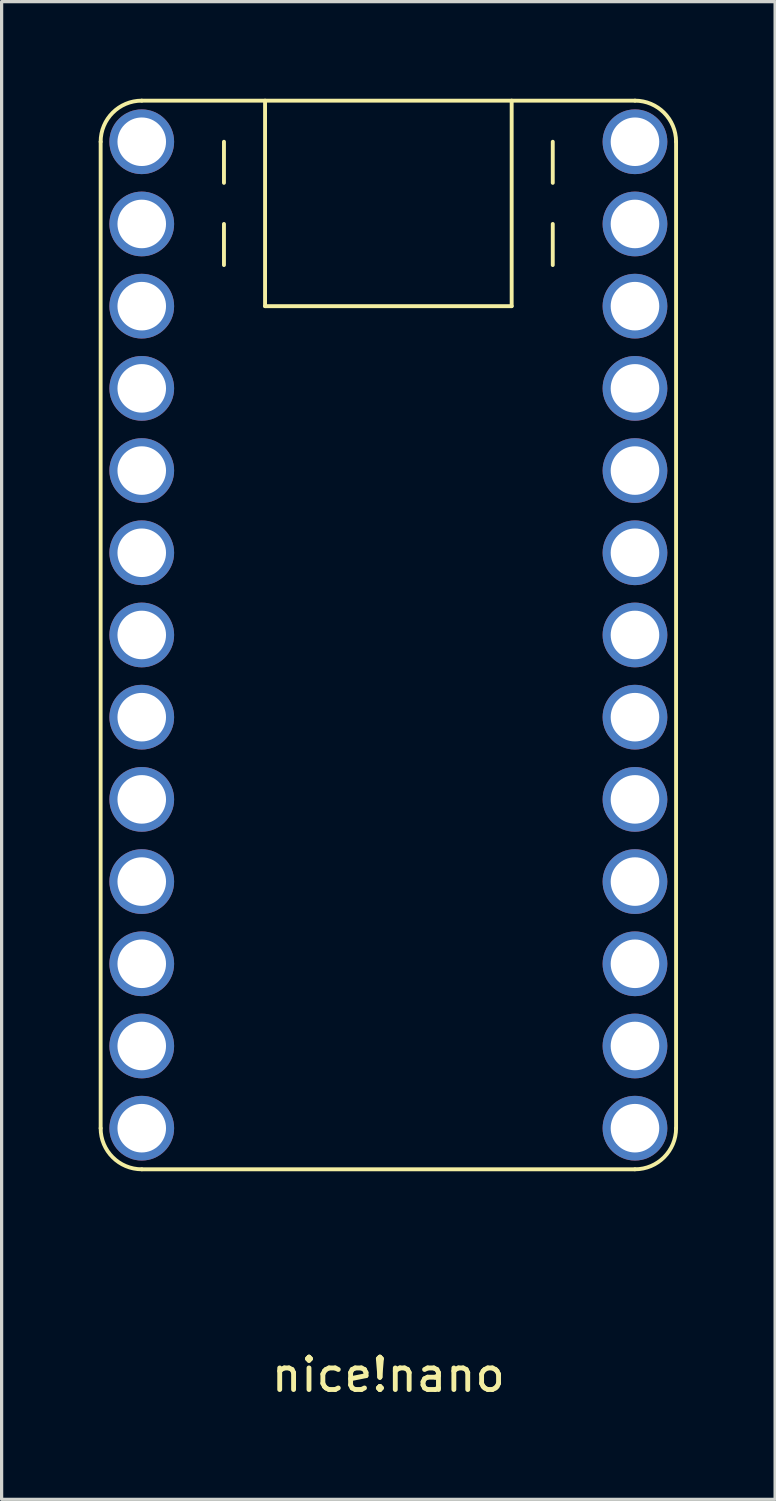
<source format=kicad_pcb>
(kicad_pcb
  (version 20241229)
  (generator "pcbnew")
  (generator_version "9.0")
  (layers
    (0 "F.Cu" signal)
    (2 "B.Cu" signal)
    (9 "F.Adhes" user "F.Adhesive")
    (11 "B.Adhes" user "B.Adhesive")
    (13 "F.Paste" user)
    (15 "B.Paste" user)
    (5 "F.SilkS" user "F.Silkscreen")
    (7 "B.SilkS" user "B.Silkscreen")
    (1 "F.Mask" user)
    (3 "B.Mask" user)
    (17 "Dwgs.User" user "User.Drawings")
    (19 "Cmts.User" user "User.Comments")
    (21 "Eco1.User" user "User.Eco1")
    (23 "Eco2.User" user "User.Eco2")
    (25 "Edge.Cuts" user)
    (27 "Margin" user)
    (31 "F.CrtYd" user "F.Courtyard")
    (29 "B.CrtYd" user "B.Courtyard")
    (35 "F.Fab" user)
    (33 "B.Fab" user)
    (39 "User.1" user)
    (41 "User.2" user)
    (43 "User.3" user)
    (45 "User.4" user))
  (footprint "nice!nano"
    (layer "F.Cu")
    (at 8.95 16.57)
    (property "Reference" "nice!nano" (at 0 22.86 0) (layer "F.SilkS") (effects (font (size 1 1) (thickness 0.15))))
    (attr through_hole)
    (fp_line (start -8.89 -15.24) (end -8.89 15.24) (stroke (width 0.12) (type solid)) (layer "F.SilkS"))
    (fp_line (start -7.62 16.51) (end 7.62 16.51) (stroke (width 0.12) (type solid)) (layer "F.SilkS"))
    (fp_line (start -5.08 -15.24) (end -5.08 -13.97) (stroke (width 0.12) (type solid)) (layer "F.SilkS"))
    (fp_line (start -5.08 -12.7) (end -5.08 -11.43) (stroke (width 0.12) (type solid)) (layer "F.SilkS"))
    (fp_line (start -3.81 -16.51) (end -3.81 -10.16) (stroke (width 0.12) (type solid)) (layer "F.SilkS"))
    (fp_line (start -3.81 -10.16) (end 3.81 -10.16) (stroke (width 0.12) (type solid)) (layer "F.SilkS"))
    (fp_line (start 3.81 -10.16) (end 3.81 -16.51) (stroke (width 0.12) (type solid)) (layer "F.SilkS"))
    (fp_line (start 5.08 -15.24) (end 5.08 -13.97) (stroke (width 0.12) (type solid)) (layer "F.SilkS"))
    (fp_line (start 5.08 -12.7) (end 5.08 -11.43) (stroke (width 0.12) (type solid)) (layer "F.SilkS"))
    (fp_line (start 7.62 -16.51) (end -7.62 -16.51) (stroke (width 0.12) (type solid)) (layer "F.SilkS"))
    (fp_line (start 8.89 15.24) (end 8.89 -15.24) (stroke (width 0.12) (type solid)) (layer "F.SilkS"))
    (fp_arc (start -8.89 -15.24) (mid -8.518026 -16.138026) (end -7.62 -16.51) (stroke (width 0.12) (type solid)) (layer "F.SilkS"))
    (fp_arc (start -7.62 16.51) (mid -8.518026 16.138026) (end -8.89 15.24) (stroke (width 0.12) (type solid)) (layer "F.SilkS"))
    (fp_arc (start 7.62 -16.51) (mid 8.518026 -16.138026) (end 8.89 -15.24) (stroke (width 0.12) (type solid)) (layer "F.SilkS"))
    (fp_arc (start 8.89 15.24) (mid 8.518026 16.138026) (end 7.62 16.51) (stroke (width 0.12) (type solid)) (layer "F.SilkS"))
    (pad "1" thru_hole circle (at -7.62 -15.24) (size 2 2) (drill 1.5) (layers "*.Cu" "*.Mask"))
    (pad "2" thru_hole circle (at -7.62 -12.7) (size 2 2) (drill 1.5) (layers "*.Cu" "*.Mask"))
    (pad "3" thru_hole circle (at -7.62 -10.16) (size 2 2) (drill 1.5) (layers "*.Cu" "*.Mask"))
    (pad "4" thru_hole circle (at -7.62 -7.62) (size 2 2) (drill 1.5) (layers "*.Cu" "*.Mask"))
    (pad "5" thru_hole circle (at -7.62 -5.08) (size 2 2) (drill 1.5) (layers "*.Cu" "*.Mask"))
    (pad "6" thru_hole circle (at -7.62 -2.54) (size 2 2) (drill 1.5) (layers "*.Cu" "*.Mask"))
    (pad "7" thru_hole circle (at -7.62 0) (size 2 2) (drill 1.5) (layers "*.Cu" "*.Mask"))
    (pad "8" thru_hole circle (at -7.62 2.54) (size 2 2) (drill 1.5) (layers "*.Cu" "*.Mask"))
    (pad "9" thru_hole circle (at -7.62 5.08) (size 2 2) (drill 1.5) (layers "*.Cu" "*.Mask"))
    (pad "10" thru_hole circle (at -7.62 7.62) (size 2 2) (drill 1.5) (layers "*.Cu" "*.Mask"))
    (pad "11" thru_hole circle (at -7.62 10.16) (size 2 2) (drill 1.5) (layers "*.Cu" "*.Mask"))
    (pad "12" thru_hole circle (at -7.62 12.7) (size 2 2) (drill 1.5) (layers "*.Cu" "*.Mask"))
    (pad "13" thru_hole circle (at -7.62 15.24) (size 2 2) (drill 1.5) (layers "*.Cu" "*.Mask"))
    (pad "14" thru_hole circle (at 7.62 -15.24) (size 2 2) (drill 1.5) (layers "*.Cu" "*.Mask"))
    (pad "15" thru_hole circle (at 7.62 -12.7) (size 2 2) (drill 1.5) (layers "*.Cu" "*.Mask"))
    (pad "16" thru_hole circle (at 7.62 -10.16) (size 2 2) (drill 1.5) (layers "*.Cu" "*.Mask"))
    (pad "17" thru_hole circle (at 7.62 -7.62) (size 2 2) (drill 1.5) (layers "*.Cu" "*.Mask"))
    (pad "18" thru_hole circle (at 7.62 -5.08) (size 2 2) (drill 1.5) (layers "*.Cu" "*.Mask"))
    (pad "19" thru_hole circle (at 7.62 -2.54) (size 2 2) (drill 1.5) (layers "*.Cu" "*.Mask"))
    (pad "20" thru_hole circle (at 7.62 0) (size 2 2) (drill 1.5) (layers "*.Cu" "*.Mask"))
    (pad "21" thru_hole circle (at 7.62 2.54) (size 2 2) (drill 1.5) (layers "*.Cu" "*.Mask"))
    (pad "22" thru_hole circle (at 7.62 5.08) (size 2 2) (drill 1.5) (layers "*.Cu" "*.Mask"))
    (pad "23" thru_hole circle (at 7.62 7.62) (size 2 2) (drill 1.5) (layers "*.Cu" "*.Mask"))
    (pad "24" thru_hole circle (at 7.62 10.16) (size 2 2) (drill 1.5) (layers "*.Cu" "*.Mask"))
    (pad "25" thru_hole circle (at 7.62 12.7) (size 2 2) (drill 1.5) (layers "*.Cu" "*.Mask"))
    (pad "26" thru_hole circle (at 7.62 15.24) (size 2 2) (drill 1.5) (layers "*.Cu" "*.Mask")))
  (gr_rect
    (start -3 -3)
    (end 20.9 43.278)
    (stroke (width 0.1) (type default))
    (fill no)
    (layer "Edge.Cuts")))
</source>
